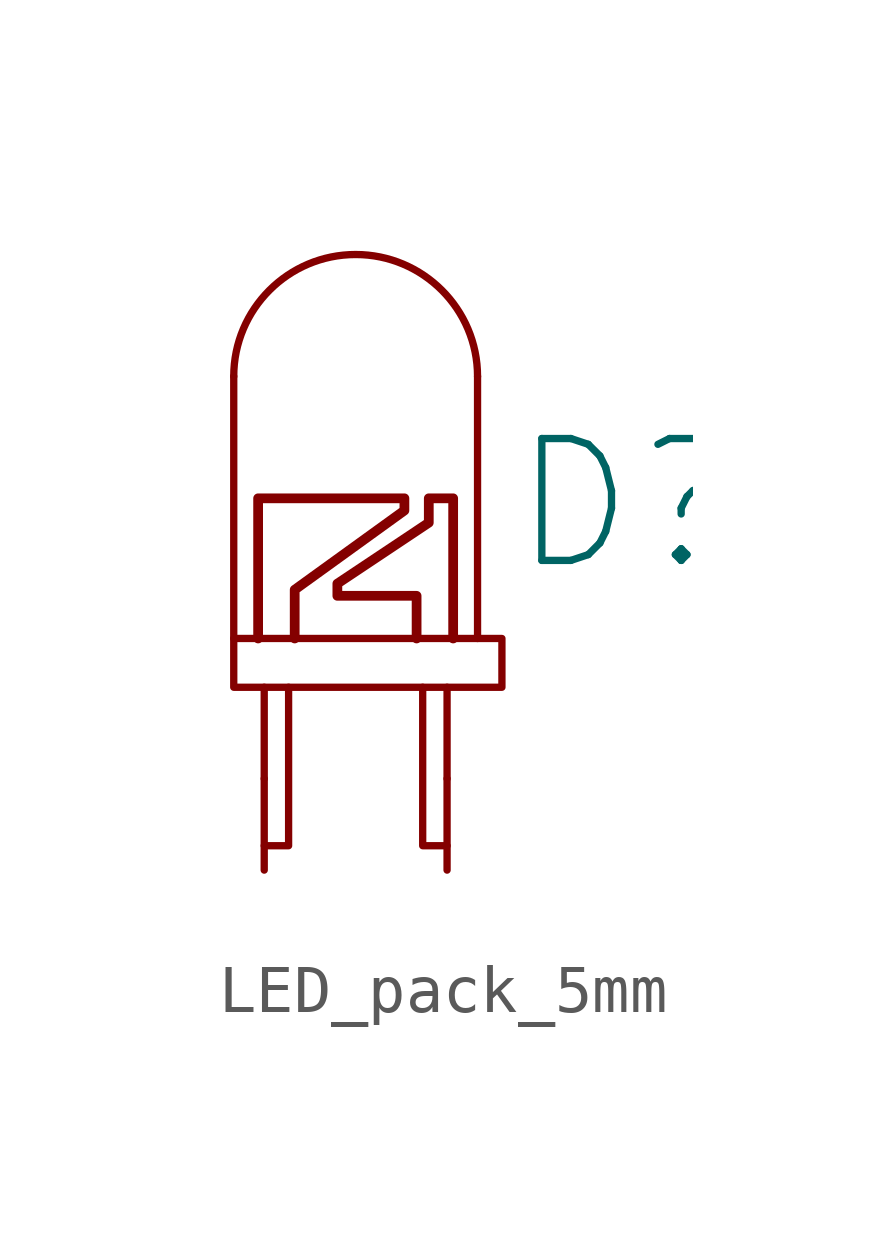
<source format=kicad_sym>
(kicad_symbol_lib
  (version 20211014)
  (generator kicad_symbol_editor)
  (symbol "LED_pack_5mm"
    (pin_names
      (offset 1.016))
    (property "Reference" "D"
      (at 5.08 7.62 0)
      (effects (font (size 2.54 2.54)) (justify left)))
    (symbol "LED_pack_5mm_0_1"
      (polyline (pts (xy -0.635 10.287) (xy -0.635 4.826)) (stroke (width 0) (type default) (color 0 0 0 0)) (fill (type none)))
      (polyline (pts (xy 0 1.905) (xy 0 3.81)) (stroke (width 0) (type default) (color 0 0 0 0)) (fill (type none)))
      (polyline (pts (xy 3.81 1.905) (xy 3.81 3.81)) (stroke (width 0) (type default) (color 0 0 0 0)) (fill (type none)))
      (polyline (pts (xy 4.445 10.287) (xy 4.445 4.826)) (stroke (width 0) (type default) (color 0 0 0 0)) (fill (type none)))
      (polyline (pts (xy 0 0.508) (xy 0.508 0.508) (xy 0.508 3.81)) (stroke (width 0) (type default) (color 0 0 0 0)) (fill (type none)))
      (polyline (pts (xy 3.81 0.508) (xy 3.302 0.508) (xy 3.302 3.81)) (stroke (width 0) (type default) (color 0 0 0 0)) (fill (type none)))
      (polyline (pts (xy -0.127 4.826) (xy -0.127 7.747) (xy 2.921 7.747) (xy 2.921 7.493) (xy 0.635 5.842) (xy 0.635 4.826)) (stroke (width 0.203) (type default) (color 0 0 0 0)) (fill (type none)))
      (polyline (pts (xy 4.445 4.826) (xy -0.635 4.826) (xy -0.635 3.81) (xy 4.953 3.81) (xy 4.953 4.826) (xy 4.445 4.826)) (stroke (width 0) (type default) (color 0 0 0 0)) (fill (type none)))
      (polyline (pts (xy 3.937 4.826) (xy 3.937 7.747) (xy 3.429 7.747) (xy 3.429 7.239) (xy 1.524 5.969) (xy 1.524 5.715) (xy 3.175 5.715) (xy 3.175 4.826)) (stroke (width 0.203) (type default) (color 0 0 0 0)) (fill (type none)))
      (arc (start 4.445 10.287) (mid 1.905 12.827) (end -0.635 10.287) (stroke (width 0) (type default) (color 0 0 0 0)) (fill (type none))))
    (symbol "LED_pack_5mm_1_1"
      (pin input line (at 0 0 90) (length 1.905) (name "~" (effects (font (size 1.27 1.27)))) (number "~" (effects (font (size 1.143 1.143)))))
      (pin input line (at 3.81 0 90) (length 1.905) (name "~" (effects (font (size 1.27 1.27)))) (number "~" (effects (font (size 1.143 1.143))))))))
</source>
